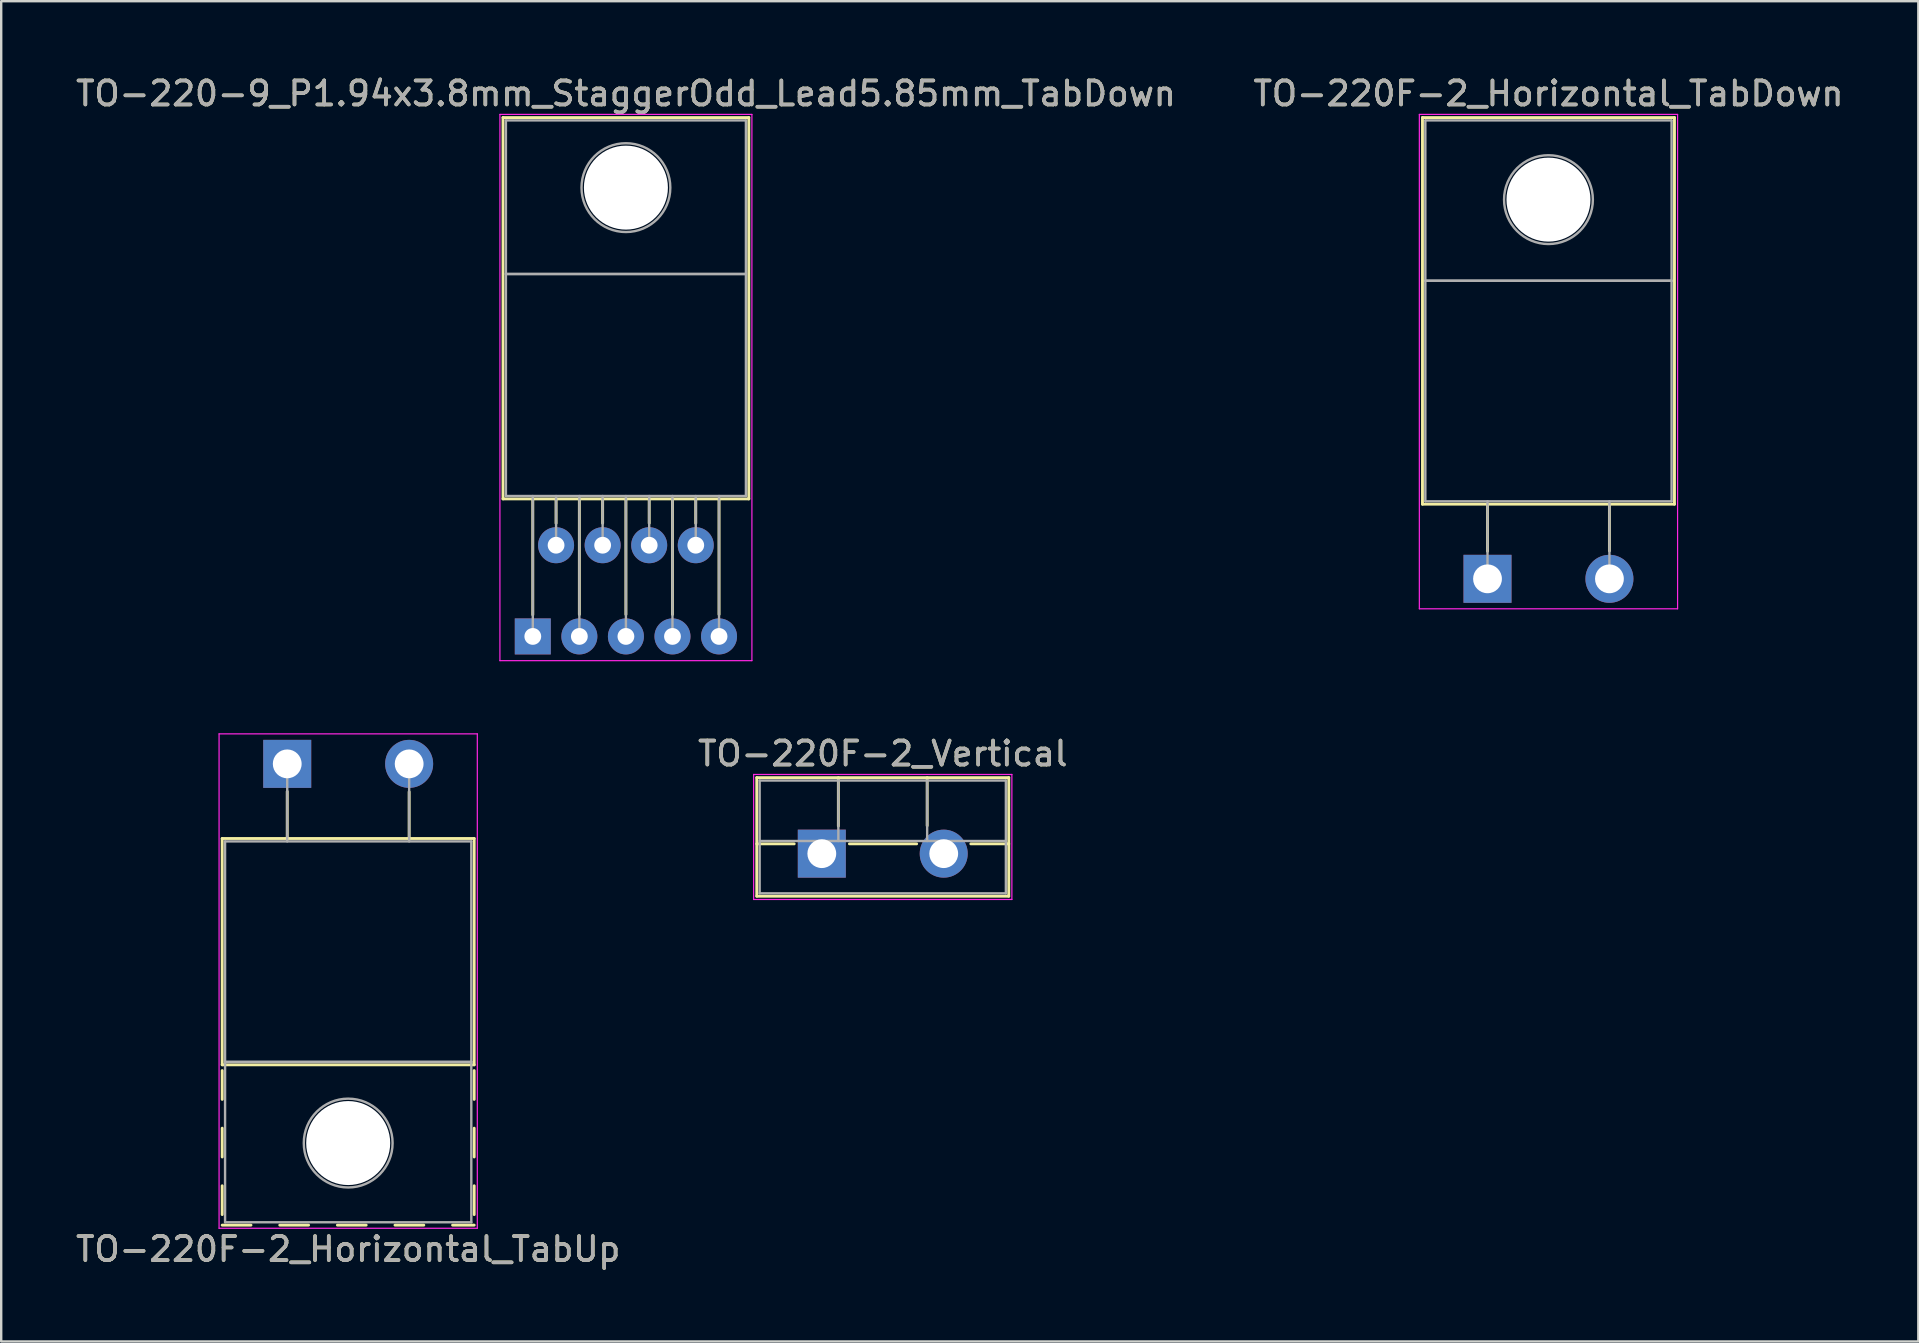
<source format=kicad_pcb>
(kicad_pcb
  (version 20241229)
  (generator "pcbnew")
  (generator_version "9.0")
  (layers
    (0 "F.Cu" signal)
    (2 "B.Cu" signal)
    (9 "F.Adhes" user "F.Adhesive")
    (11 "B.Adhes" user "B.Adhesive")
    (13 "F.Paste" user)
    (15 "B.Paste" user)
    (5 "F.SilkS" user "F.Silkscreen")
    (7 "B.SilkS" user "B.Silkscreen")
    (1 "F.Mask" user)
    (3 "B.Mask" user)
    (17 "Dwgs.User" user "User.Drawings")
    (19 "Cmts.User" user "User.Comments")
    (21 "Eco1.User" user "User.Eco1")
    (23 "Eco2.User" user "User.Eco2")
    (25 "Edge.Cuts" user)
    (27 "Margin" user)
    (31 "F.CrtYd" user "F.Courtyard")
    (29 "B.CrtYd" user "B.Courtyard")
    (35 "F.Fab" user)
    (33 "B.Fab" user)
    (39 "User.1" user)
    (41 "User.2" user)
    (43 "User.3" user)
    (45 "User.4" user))
  (footprint "TO-220F-2_Horizontal_TabUp"
    (layer "F.Cu")
    (at 8.918 28.778)
    (property "Reference" "TO-220F-2_Horizontal_TabUp" (at 2.54 20.22 0) (layer "F.SilkS") (effects (font (size 1 1) (thickness 0.15))))
    (attr through_hole)
    (fp_line (start -2.71 3.11) (end -2.71 12.54) (stroke (width 0.12) (type solid)) (layer "F.SilkS"))
    (fp_line (start -2.71 3.11) (end 7.79 3.11) (stroke (width 0.12) (type solid)) (layer "F.SilkS"))
    (fp_line (start -2.71 12.54) (end 7.79 12.54) (stroke (width 0.12) (type solid)) (layer "F.SilkS"))
    (fp_line (start -2.71 12.78) (end -2.71 13.98) (stroke (width 0.12) (type solid)) (layer "F.SilkS"))
    (fp_line (start -2.71 15.18) (end -2.71 16.38) (stroke (width 0.12) (type solid)) (layer "F.SilkS"))
    (fp_line (start -2.71 17.58) (end -2.71 18.78) (stroke (width 0.12) (type solid)) (layer "F.SilkS"))
    (fp_line (start -2.71 19.22) (end -1.51 19.22) (stroke (width 0.12) (type solid)) (layer "F.SilkS"))
    (fp_line (start -0.311 19.22) (end 0.89 19.22) (stroke (width 0.12) (type solid)) (layer "F.SilkS"))
    (fp_line (start 0 1.15) (end 0 3.11) (stroke (width 0.12) (type solid)) (layer "F.SilkS"))
    (fp_line (start 2.09 19.22) (end 3.29 19.22) (stroke (width 0.12) (type solid)) (layer "F.SilkS"))
    (fp_line (start 4.49 19.22) (end 5.69 19.22) (stroke (width 0.12) (type solid)) (layer "F.SilkS"))
    (fp_line (start 5.08 1.165) (end 5.08 3.11) (stroke (width 0.12) (type solid)) (layer "F.SilkS"))
    (fp_line (start 6.89 19.22) (end 7.79 19.22) (stroke (width 0.12) (type solid)) (layer "F.SilkS"))
    (fp_line (start 7.79 3.11) (end 7.79 12.54) (stroke (width 0.12) (type solid)) (layer "F.SilkS"))
    (fp_line (start 7.79 12.78) (end 7.79 13.98) (stroke (width 0.12) (type solid)) (layer "F.SilkS"))
    (fp_line (start 7.79 15.18) (end 7.79 16.38) (stroke (width 0.12) (type solid)) (layer "F.SilkS"))
    (fp_line (start 7.79 17.58) (end 7.79 18.78) (stroke (width 0.12) (type solid)) (layer "F.SilkS"))
    (fp_line (start -2.84 -1.25) (end -2.84 19.35) (stroke (width 0.05) (type solid)) (layer "F.CrtYd"))
    (fp_line (start -2.84 19.35) (end 7.92 19.35) (stroke (width 0.05) (type solid)) (layer "F.CrtYd"))
    (fp_line (start 7.92 -1.25) (end -2.84 -1.25) (stroke (width 0.05) (type solid)) (layer "F.CrtYd"))
    (fp_line (start 7.92 19.35) (end 7.92 -1.25) (stroke (width 0.05) (type solid)) (layer "F.CrtYd"))
    (fp_line (start -2.59 3.23) (end -2.59 12.42) (stroke (width 0.1) (type solid)) (layer "F.Fab"))
    (fp_line (start -2.59 12.42) (end -2.59 19.1) (stroke (width 0.1) (type solid)) (layer "F.Fab"))
    (fp_line (start -2.59 12.42) (end 7.67 12.42) (stroke (width 0.1) (type solid)) (layer "F.Fab"))
    (fp_line (start -2.59 19.1) (end 7.67 19.1) (stroke (width 0.1) (type solid)) (layer "F.Fab"))
    (fp_line (start 0 3.23) (end 0 0) (stroke (width 0.1) (type solid)) (layer "F.Fab"))
    (fp_line (start 5.08 3.23) (end 5.08 0) (stroke (width 0.1) (type solid)) (layer "F.Fab"))
    (fp_line (start 7.67 3.23) (end -2.59 3.23) (stroke (width 0.1) (type solid)) (layer "F.Fab"))
    (fp_line (start 7.67 12.42) (end -2.59 12.42) (stroke (width 0.1) (type solid)) (layer "F.Fab"))
    (fp_line (start 7.67 12.42) (end 7.67 3.23) (stroke (width 0.1) (type solid)) (layer "F.Fab"))
    (fp_line (start 7.67 19.1) (end 7.67 12.42) (stroke (width 0.1) (type solid)) (layer "F.Fab"))
    (fp_circle (center 2.54 15.8) (end 4.39 15.8) (stroke (width 0.1) (type solid)) (fill no) (layer "F.Fab"))
    (fp_text user "${REFERENCE}" (at 2.54 20.22 0) (layer "F.Fab") (effects (font (size 1 1) (thickness 0.15))))
    (pad "" np_thru_hole oval (at 2.54 15.8) (size 3.5 3.5) (drill 3.5) (layers "*.Cu" "*.Mask"))
    (pad "1" thru_hole rect (at 0 0) (size 2 2) (drill 1.2) (layers "*.Cu" "*.Mask"))
    (pad "2" thru_hole oval (at 5.08 0) (size 2 2) (drill 1.2) (layers "*.Cu" "*.Mask")))
  (footprint "TO-220-9_P1.94x3.8mm_StaggerOdd_Lead5.85mm_TabDown"
    (layer "F.Cu")
    (at 19.15 23.468)
    (property "Reference" "TO-220-9_P1.94x3.8mm_StaggerOdd_Lead5.85mm_TabDown" (at 3.88 -22.62 0) (layer "F.SilkS") (effects (font (size 1 1) (thickness 0.15))))
    (attr through_hole)
    (fp_line (start -1.241 -21.62) (end -1.241 -5.73) (stroke (width 0.12) (type solid)) (layer "F.SilkS"))
    (fp_line (start -1.241 -21.62) (end 9 -21.62) (stroke (width 0.12) (type solid)) (layer "F.SilkS"))
    (fp_line (start -1.241 -5.73) (end 9 -5.73) (stroke (width 0.12) (type solid)) (layer "F.SilkS"))
    (fp_line (start 0 -5.73) (end 0 -0.9) (stroke (width 0.12) (type solid)) (layer "F.SilkS"))
    (fp_line (start 0.97 -5.73) (end 0.97 -4.716) (stroke (width 0.12) (type solid)) (layer "F.SilkS"))
    (fp_line (start 1.94 -5.73) (end 1.94 -0.915) (stroke (width 0.12) (type solid)) (layer "F.SilkS"))
    (fp_line (start 2.91 -5.73) (end 2.91 -4.716) (stroke (width 0.12) (type solid)) (layer "F.SilkS"))
    (fp_line (start 3.88 -5.73) (end 3.88 -0.915) (stroke (width 0.12) (type solid)) (layer "F.SilkS"))
    (fp_line (start 4.85 -5.73) (end 4.85 -4.716) (stroke (width 0.12) (type solid)) (layer "F.SilkS"))
    (fp_line (start 5.82 -5.73) (end 5.82 -0.915) (stroke (width 0.12) (type solid)) (layer "F.SilkS"))
    (fp_line (start 6.79 -5.73) (end 6.79 -4.716) (stroke (width 0.12) (type solid)) (layer "F.SilkS"))
    (fp_line (start 7.76 -5.73) (end 7.76 -0.915) (stroke (width 0.12) (type solid)) (layer "F.SilkS"))
    (fp_line (start 9 -21.62) (end 9 -5.73) (stroke (width 0.12) (type solid)) (layer "F.SilkS"))
    (fp_line (start -1.37 -21.75) (end -1.37 1.01) (stroke (width 0.05) (type solid)) (layer "F.CrtYd"))
    (fp_line (start -1.37 1.01) (end 9.13 1.01) (stroke (width 0.05) (type solid)) (layer "F.CrtYd"))
    (fp_line (start 9.13 -21.75) (end -1.37 -21.75) (stroke (width 0.05) (type solid)) (layer "F.CrtYd"))
    (fp_line (start 9.13 1.01) (end 9.13 -21.75) (stroke (width 0.05) (type solid)) (layer "F.CrtYd"))
    (fp_line (start -1.12 -21.5) (end 8.88 -21.5) (stroke (width 0.1) (type solid)) (layer "F.Fab"))
    (fp_line (start -1.12 -15.1) (end -1.12 -21.5) (stroke (width 0.1) (type solid)) (layer "F.Fab"))
    (fp_line (start -1.12 -15.1) (end 8.88 -15.1) (stroke (width 0.1) (type solid)) (layer "F.Fab"))
    (fp_line (start -1.12 -5.85) (end -1.12 -15.1) (stroke (width 0.1) (type solid)) (layer "F.Fab"))
    (fp_line (start 0 -5.85) (end 0 0) (stroke (width 0.1) (type solid)) (layer "F.Fab"))
    (fp_line (start 0.97 -5.85) (end 0.97 -3.8) (stroke (width 0.1) (type solid)) (layer "F.Fab"))
    (fp_line (start 1.94 -5.85) (end 1.94 0) (stroke (width 0.1) (type solid)) (layer "F.Fab"))
    (fp_line (start 2.91 -5.85) (end 2.91 -3.8) (stroke (width 0.1) (type solid)) (layer "F.Fab"))
    (fp_line (start 3.88 -5.85) (end 3.88 0) (stroke (width 0.1) (type solid)) (layer "F.Fab"))
    (fp_line (start 4.85 -5.85) (end 4.85 -3.8) (stroke (width 0.1) (type solid)) (layer "F.Fab"))
    (fp_line (start 5.82 -5.85) (end 5.82 0) (stroke (width 0.1) (type solid)) (layer "F.Fab"))
    (fp_line (start 6.79 -5.85) (end 6.79 -3.8) (stroke (width 0.1) (type solid)) (layer "F.Fab"))
    (fp_line (start 7.76 -5.85) (end 7.76 0) (stroke (width 0.1) (type solid)) (layer "F.Fab"))
    (fp_line (start 8.88 -21.5) (end 8.88 -15.1) (stroke (width 0.1) (type solid)) (layer "F.Fab"))
    (fp_line (start 8.88 -15.1) (end -1.12 -15.1) (stroke (width 0.1) (type solid)) (layer "F.Fab"))
    (fp_line (start 8.88 -15.1) (end 8.88 -5.85) (stroke (width 0.1) (type solid)) (layer "F.Fab"))
    (fp_line (start 8.88 -5.85) (end -1.12 -5.85) (stroke (width 0.1) (type solid)) (layer "F.Fab"))
    (fp_circle (center 3.88 -18.7) (end 5.73 -18.7) (stroke (width 0.1) (type solid)) (fill no) (layer "F.Fab"))
    (fp_text user "${REFERENCE}" (at 3.88 -22.62 0) (layer "F.Fab") (effects (font (size 1 1) (thickness 0.15))))
    (pad "" np_thru_hole oval (at 3.88 -18.7) (size 3.5 3.5) (drill 3.5) (layers "*.Cu" "*.Mask"))
    (pad "1" thru_hole rect (at 0 0) (size 1.5 1.5) (drill 0.7) (layers "*.Cu" "*.Mask"))
    (pad "2" thru_hole oval (at 0.97 -3.8) (size 1.5 1.5) (drill 0.7) (layers "*.Cu" "*.Mask"))
    (pad "3" thru_hole oval (at 1.94 0) (size 1.5 1.5) (drill 0.7) (layers "*.Cu" "*.Mask"))
    (pad "4" thru_hole oval (at 2.91 -3.8) (size 1.5 1.5) (drill 0.7) (layers "*.Cu" "*.Mask"))
    (pad "5" thru_hole oval (at 3.88 0) (size 1.5 1.5) (drill 0.7) (layers "*.Cu" "*.Mask"))
    (pad "6" thru_hole oval (at 4.85 -3.8) (size 1.5 1.5) (drill 0.7) (layers "*.Cu" "*.Mask"))
    (pad "7" thru_hole oval (at 5.82 0) (size 1.5 1.5) (drill 0.7) (layers "*.Cu" "*.Mask"))
    (pad "8" thru_hole oval (at 6.79 -3.8) (size 1.5 1.5) (drill 0.7) (layers "*.Cu" "*.Mask"))
    (pad "9" thru_hole oval (at 7.76 0) (size 1.5 1.5) (drill 0.7) (layers "*.Cu" "*.Mask")))
  (footprint "TO-220F-2_Vertical"
    (layer "F.Cu")
    (at 31.192 32.519)
    (property "Reference" "TO-220F-2_Vertical" (at 2.54 -4.168 0) (layer "F.SilkS") (effects (font (size 1 1) (thickness 0.15))))
    (attr through_hole)
    (fp_line (start -2.71 -3.168) (end -2.71 1.773) (stroke (width 0.12) (type solid)) (layer "F.SilkS"))
    (fp_line (start -2.71 -3.168) (end 7.79 -3.168) (stroke (width 0.12) (type solid)) (layer "F.SilkS"))
    (fp_line (start -2.71 -0.408) (end -1.15 -0.408) (stroke (width 0.12) (type solid)) (layer "F.SilkS"))
    (fp_line (start -2.71 1.773) (end 7.79 1.773) (stroke (width 0.12) (type solid)) (layer "F.SilkS"))
    (fp_line (start 0.69 -3.168) (end 0.69 -1.15) (stroke (width 0.12) (type solid)) (layer "F.SilkS"))
    (fp_line (start 1.15 -0.408) (end 3.952 -0.408) (stroke (width 0.12) (type solid)) (layer "F.SilkS"))
    (fp_line (start 4.391 -3.168) (end 4.391 -1.165) (stroke (width 0.12) (type solid)) (layer "F.SilkS"))
    (fp_line (start 6.209 -0.408) (end 7.79 -0.408) (stroke (width 0.12) (type solid)) (layer "F.SilkS"))
    (fp_line (start 7.79 -3.168) (end 7.79 1.773) (stroke (width 0.12) (type solid)) (layer "F.SilkS"))
    (fp_line (start -2.84 -3.3) (end -2.84 1.91) (stroke (width 0.05) (type solid)) (layer "F.CrtYd"))
    (fp_line (start -2.84 1.91) (end 7.92 1.91) (stroke (width 0.05) (type solid)) (layer "F.CrtYd"))
    (fp_line (start 7.92 -3.3) (end -2.84 -3.3) (stroke (width 0.05) (type solid)) (layer "F.CrtYd"))
    (fp_line (start 7.92 1.91) (end 7.92 -3.3) (stroke (width 0.05) (type solid)) (layer "F.CrtYd"))
    (fp_line (start -2.59 -3.047) (end -2.59 1.653) (stroke (width 0.1) (type solid)) (layer "F.Fab"))
    (fp_line (start -2.59 -0.527) (end 7.67 -0.527) (stroke (width 0.1) (type solid)) (layer "F.Fab"))
    (fp_line (start -2.59 1.653) (end 7.67 1.653) (stroke (width 0.1) (type solid)) (layer "F.Fab"))
    (fp_line (start 0.69 -3.047) (end 0.69 -0.527) (stroke (width 0.1) (type solid)) (layer "F.Fab"))
    (fp_line (start 4.39 -3.047) (end 4.39 -0.527) (stroke (width 0.1) (type solid)) (layer "F.Fab"))
    (fp_line (start 7.67 -3.047) (end -2.59 -3.047) (stroke (width 0.1) (type solid)) (layer "F.Fab"))
    (fp_line (start 7.67 1.653) (end 7.67 -3.047) (stroke (width 0.1) (type solid)) (layer "F.Fab"))
    (fp_text user "${REFERENCE}" (at 2.54 -4.168 0) (layer "F.Fab") (effects (font (size 1 1) (thickness 0.15))))
    (pad "1" thru_hole rect (at 0 0) (size 2 2) (drill 1.2) (layers "*.Cu" "*.Mask"))
    (pad "2" thru_hole oval (at 5.08 0) (size 2 2) (drill 1.2) (layers "*.Cu" "*.Mask")))
  (footprint "TO-220F-2_Horizontal_TabDown"
    (layer "F.Cu")
    (at 58.93 21.068)
    (property "Reference" "TO-220F-2_Horizontal_TabDown" (at 2.54 -20.22 0) (layer "F.SilkS") (effects (font (size 1 1) (thickness 0.15))))
    (attr through_hole)
    (fp_line (start -2.71 -19.22) (end -2.71 -3.11) (stroke (width 0.12) (type solid)) (layer "F.SilkS"))
    (fp_line (start -2.71 -19.22) (end 7.79 -19.22) (stroke (width 0.12) (type solid)) (layer "F.SilkS"))
    (fp_line (start -2.71 -3.11) (end 7.79 -3.11) (stroke (width 0.12) (type solid)) (layer "F.SilkS"))
    (fp_line (start 0 -3.11) (end 0 -1.15) (stroke (width 0.12) (type solid)) (layer "F.SilkS"))
    (fp_line (start 5.08 -3.11) (end 5.08 -1.165) (stroke (width 0.12) (type solid)) (layer "F.SilkS"))
    (fp_line (start 7.79 -19.22) (end 7.79 -3.11) (stroke (width 0.12) (type solid)) (layer "F.SilkS"))
    (fp_line (start -2.84 -19.35) (end -2.84 1.25) (stroke (width 0.05) (type solid)) (layer "F.CrtYd"))
    (fp_line (start -2.84 1.25) (end 7.92 1.25) (stroke (width 0.05) (type solid)) (layer "F.CrtYd"))
    (fp_line (start 7.92 -19.35) (end -2.84 -19.35) (stroke (width 0.05) (type solid)) (layer "F.CrtYd"))
    (fp_line (start 7.92 1.25) (end 7.92 -19.35) (stroke (width 0.05) (type solid)) (layer "F.CrtYd"))
    (fp_line (start -2.59 -19.1) (end 7.67 -19.1) (stroke (width 0.1) (type solid)) (layer "F.Fab"))
    (fp_line (start -2.59 -12.42) (end -2.59 -19.1) (stroke (width 0.1) (type solid)) (layer "F.Fab"))
    (fp_line (start -2.59 -12.42) (end 7.67 -12.42) (stroke (width 0.1) (type solid)) (layer "F.Fab"))
    (fp_line (start -2.59 -3.23) (end -2.59 -12.42) (stroke (width 0.1) (type solid)) (layer "F.Fab"))
    (fp_line (start 0 -3.23) (end 0 0) (stroke (width 0.1) (type solid)) (layer "F.Fab"))
    (fp_line (start 5.08 -3.23) (end 5.08 0) (stroke (width 0.1) (type solid)) (layer "F.Fab"))
    (fp_line (start 7.67 -19.1) (end 7.67 -12.42) (stroke (width 0.1) (type solid)) (layer "F.Fab"))
    (fp_line (start 7.67 -12.42) (end -2.59 -12.42) (stroke (width 0.1) (type solid)) (layer "F.Fab"))
    (fp_line (start 7.67 -12.42) (end 7.67 -3.23) (stroke (width 0.1) (type solid)) (layer "F.Fab"))
    (fp_line (start 7.67 -3.23) (end -2.59 -3.23) (stroke (width 0.1) (type solid)) (layer "F.Fab"))
    (fp_circle (center 2.54 -15.8) (end 4.39 -15.8) (stroke (width 0.1) (type solid)) (fill no) (layer "F.Fab"))
    (fp_text user "${REFERENCE}" (at 2.54 -20.22 0) (layer "F.Fab") (effects (font (size 1 1) (thickness 0.15))))
    (pad "" np_thru_hole oval (at 2.54 -15.8) (size 3.5 3.5) (drill 3.5) (layers "*.Cu" "*.Mask"))
    (pad "1" thru_hole rect (at 0 0) (size 2 2) (drill 1.2) (layers "*.Cu" "*.Mask"))
    (pad "2" thru_hole oval (at 5.08 0) (size 2 2) (drill 1.2) (layers "*.Cu" "*.Mask")))
  (gr_rect
    (start -3 -3)
    (end 76.881 52.846)
    (stroke (width 0.1) (type default))
    (fill no)
    (layer "Edge.Cuts")))
</source>
